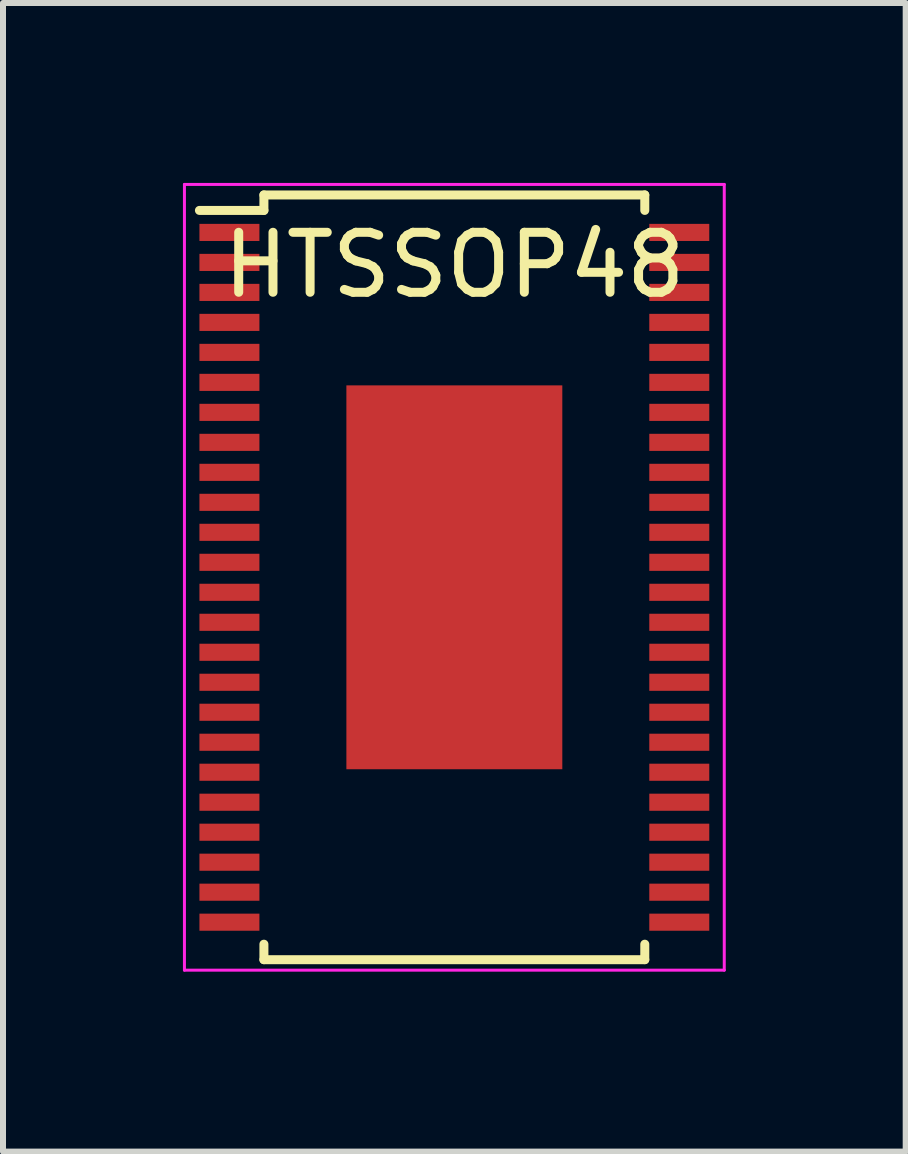
<source format=kicad_pcb>
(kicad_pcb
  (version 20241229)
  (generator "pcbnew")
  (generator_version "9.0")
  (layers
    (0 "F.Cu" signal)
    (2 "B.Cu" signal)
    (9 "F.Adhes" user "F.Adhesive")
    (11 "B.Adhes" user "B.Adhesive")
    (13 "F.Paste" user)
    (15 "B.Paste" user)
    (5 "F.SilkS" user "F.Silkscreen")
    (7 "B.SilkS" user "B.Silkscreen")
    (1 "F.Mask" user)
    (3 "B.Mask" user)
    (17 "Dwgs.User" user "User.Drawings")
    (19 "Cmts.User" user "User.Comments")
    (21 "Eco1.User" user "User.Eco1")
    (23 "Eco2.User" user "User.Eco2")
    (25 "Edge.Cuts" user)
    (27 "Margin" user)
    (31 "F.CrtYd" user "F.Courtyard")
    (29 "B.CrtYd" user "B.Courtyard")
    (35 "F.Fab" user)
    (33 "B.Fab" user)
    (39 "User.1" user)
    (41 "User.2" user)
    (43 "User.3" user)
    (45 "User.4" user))
  (footprint "HTSSOP48"
    (layer "F.Cu")
    (at 4.525 6.575)
    (property "Reference" "HTSSOP48" (at 0 -5.207 0) (layer "F.SilkS") (effects (font (size 1 1) (thickness 0.15))))
    (attr smd)
    (fp_line (start -3.175 -6.375) (end -3.175 -6.117) (stroke (width 0.15) (type solid)) (layer "F.SilkS"))
    (fp_line (start -3.175 -6.375) (end 3.175 -6.375) (stroke (width 0.15) (type solid)) (layer "F.SilkS"))
    (fp_line (start -3.175 -6.117) (end -4.25 -6.117) (stroke (width 0.15) (type solid)) (layer "F.SilkS"))
    (fp_line (start -3.175 6.375) (end -3.175 6.117) (stroke (width 0.15) (type solid)) (layer "F.SilkS"))
    (fp_line (start -3.175 6.375) (end 3.175 6.375) (stroke (width 0.15) (type solid)) (layer "F.SilkS"))
    (fp_line (start 3.175 -6.375) (end 3.175 -6.117) (stroke (width 0.15) (type solid)) (layer "F.SilkS"))
    (fp_line (start 3.175 6.375) (end 3.175 6.117) (stroke (width 0.15) (type solid)) (layer "F.SilkS"))
    (fp_line (start -1.75 -3.15) (end -0.25 -3.15) (stroke (width 0.1) (type solid)) (layer "F.Paste"))
    (fp_line (start -1.75 -1.4) (end -1.75 -3.15) (stroke (width 0.1) (type solid)) (layer "F.Paste"))
    (fp_line (start -1.75 -0.9) (end -0.25 -0.9) (stroke (width 0.1) (type solid)) (layer "F.Paste"))
    (fp_line (start -1.75 0.9) (end -1.75 -0.9) (stroke (width 0.1) (type solid)) (layer "F.Paste"))
    (fp_line (start -1.75 1.4) (end -0.25 1.4) (stroke (width 0.1) (type solid)) (layer "F.Paste"))
    (fp_line (start -1.75 3.15) (end -1.75 1.4) (stroke (width 0.1) (type solid)) (layer "F.Paste"))
    (fp_line (start -1.65 -3.15) (end -1.65 -1.4) (stroke (width 0.1) (type solid)) (layer "F.Paste"))
    (fp_line (start -1.65 -0.9) (end -1.65 0.9) (stroke (width 0.1) (type solid)) (layer "F.Paste"))
    (fp_line (start -1.65 1.4) (end -1.65 3.15) (stroke (width 0.1) (type solid)) (layer "F.Paste"))
    (fp_line (start -1.55 -3.15) (end -1.55 -1.4) (stroke (width 0.1) (type solid)) (layer "F.Paste"))
    (fp_line (start -1.55 -0.9) (end -1.55 0.9) (stroke (width 0.1) (type solid)) (layer "F.Paste"))
    (fp_line (start -1.55 1.4) (end -1.55 3.15) (stroke (width 0.1) (type solid)) (layer "F.Paste"))
    (fp_line (start -1.45 -3.15) (end -1.45 -1.4) (stroke (width 0.1) (type solid)) (layer "F.Paste"))
    (fp_line (start -1.45 -0.9) (end -1.45 0.9) (stroke (width 0.1) (type solid)) (layer "F.Paste"))
    (fp_line (start -1.45 1.4) (end -1.45 3.15) (stroke (width 0.1) (type solid)) (layer "F.Paste"))
    (fp_line (start -1.35 -3.15) (end -1.35 -1.4) (stroke (width 0.1) (type solid)) (layer "F.Paste"))
    (fp_line (start -1.35 -0.9) (end -1.35 0.9) (stroke (width 0.1) (type solid)) (layer "F.Paste"))
    (fp_line (start -1.35 1.4) (end -1.35 3.15) (stroke (width 0.1) (type solid)) (layer "F.Paste"))
    (fp_line (start -1.25 -3.15) (end -1.25 -1.4) (stroke (width 0.1) (type solid)) (layer "F.Paste"))
    (fp_line (start -1.25 -0.9) (end -1.25 0.9) (stroke (width 0.1) (type solid)) (layer "F.Paste"))
    (fp_line (start -1.25 1.4) (end -1.25 3.15) (stroke (width 0.1) (type solid)) (layer "F.Paste"))
    (fp_line (start -1.15 -3.15) (end -1.15 -1.45) (stroke (width 0.1) (type solid)) (layer "F.Paste"))
    (fp_line (start -1.15 -0.9) (end -1.15 0.9) (stroke (width 0.1) (type solid)) (layer "F.Paste"))
    (fp_line (start -1.15 1.4) (end -1.15 3.1) (stroke (width 0.1) (type solid)) (layer "F.Paste"))
    (fp_line (start -1.05 -3.15) (end -1.05 -1.4) (stroke (width 0.1) (type solid)) (layer "F.Paste"))
    (fp_line (start -1.05 -0.9) (end -1.05 0.9) (stroke (width 0.1) (type solid)) (layer "F.Paste"))
    (fp_line (start -1.05 1.4) (end -1.05 3.15) (stroke (width 0.1) (type solid)) (layer "F.Paste"))
    (fp_line (start -0.95 -3.15) (end -0.95 -1.4) (stroke (width 0.1) (type solid)) (layer "F.Paste"))
    (fp_line (start -0.95 -0.9) (end -0.95 0.9) (stroke (width 0.1) (type solid)) (layer "F.Paste"))
    (fp_line (start -0.95 1.4) (end -0.95 3.15) (stroke (width 0.1) (type solid)) (layer "F.Paste"))
    (fp_line (start -0.85 -3.15) (end -0.85 -1.4) (stroke (width 0.1) (type solid)) (layer "F.Paste"))
    (fp_line (start -0.85 -0.9) (end -0.85 0.9) (stroke (width 0.1) (type solid)) (layer "F.Paste"))
    (fp_line (start -0.85 1.4) (end -0.85 3.15) (stroke (width 0.1) (type solid)) (layer "F.Paste"))
    (fp_line (start -0.75 -3.15) (end -0.75 -1.4) (stroke (width 0.1) (type solid)) (layer "F.Paste"))
    (fp_line (start -0.75 -0.9) (end -0.75 0.9) (stroke (width 0.1) (type solid)) (layer "F.Paste"))
    (fp_line (start -0.75 1.4) (end -0.75 3.15) (stroke (width 0.1) (type solid)) (layer "F.Paste"))
    (fp_line (start -0.65 -3.15) (end -0.65 -1.4) (stroke (width 0.1) (type solid)) (layer "F.Paste"))
    (fp_line (start -0.65 -0.9) (end -0.65 0.9) (stroke (width 0.1) (type solid)) (layer "F.Paste"))
    (fp_line (start -0.65 1.4) (end -0.65 3.15) (stroke (width 0.1) (type solid)) (layer "F.Paste"))
    (fp_line (start -0.55 -3.15) (end -0.55 -1.4) (stroke (width 0.1) (type solid)) (layer "F.Paste"))
    (fp_line (start -0.55 -0.9) (end -0.55 0.9) (stroke (width 0.1) (type solid)) (layer "F.Paste"))
    (fp_line (start -0.55 1.4) (end -0.55 3.15) (stroke (width 0.1) (type solid)) (layer "F.Paste"))
    (fp_line (start -0.45 -3.15) (end -0.45 -1.4) (stroke (width 0.1) (type solid)) (layer "F.Paste"))
    (fp_line (start -0.45 -0.9) (end -0.45 0.9) (stroke (width 0.1) (type solid)) (layer "F.Paste"))
    (fp_line (start -0.45 1.4) (end -0.45 3.15) (stroke (width 0.1) (type solid)) (layer "F.Paste"))
    (fp_line (start -0.35 -3.15) (end -0.35 -1.4) (stroke (width 0.1) (type solid)) (layer "F.Paste"))
    (fp_line (start -0.35 -0.9) (end -0.35 0.9) (stroke (width 0.1) (type solid)) (layer "F.Paste"))
    (fp_line (start -0.35 1.4) (end -0.35 3.15) (stroke (width 0.1) (type solid)) (layer "F.Paste"))
    (fp_line (start -0.25 -3.15) (end -0.25 -1.4) (stroke (width 0.1) (type solid)) (layer "F.Paste"))
    (fp_line (start -0.25 -1.4) (end -1.75 -1.4) (stroke (width 0.1) (type solid)) (layer "F.Paste"))
    (fp_line (start -0.25 -0.9) (end -0.25 0.9) (stroke (width 0.1) (type solid)) (layer "F.Paste"))
    (fp_line (start -0.25 0.9) (end -1.75 0.9) (stroke (width 0.1) (type solid)) (layer "F.Paste"))
    (fp_line (start -0.25 1.4) (end -0.25 3.15) (stroke (width 0.1) (type solid)) (layer "F.Paste"))
    (fp_line (start -0.25 3.15) (end -1.75 3.15) (stroke (width 0.1) (type solid)) (layer "F.Paste"))
    (fp_line (start 0.25 -3.15) (end 1.75 -3.15) (stroke (width 0.1) (type solid)) (layer "F.Paste"))
    (fp_line (start 0.25 -1.4) (end 0.25 -3.15) (stroke (width 0.1) (type solid)) (layer "F.Paste"))
    (fp_line (start 0.25 -0.9) (end 1.75 -0.9) (stroke (width 0.1) (type solid)) (layer "F.Paste"))
    (fp_line (start 0.25 0.9) (end 0.25 -0.9) (stroke (width 0.1) (type solid)) (layer "F.Paste"))
    (fp_line (start 0.25 1.4) (end 1.75 1.4) (stroke (width 0.1) (type solid)) (layer "F.Paste"))
    (fp_line (start 0.25 3.15) (end 0.25 1.4) (stroke (width 0.1) (type solid)) (layer "F.Paste"))
    (fp_line (start 0.35 -3.15) (end 0.35 -1.4) (stroke (width 0.1) (type solid)) (layer "F.Paste"))
    (fp_line (start 0.35 -0.9) (end 0.35 0.9) (stroke (width 0.1) (type solid)) (layer "F.Paste"))
    (fp_line (start 0.35 1.4) (end 0.35 3.15) (stroke (width 0.1) (type solid)) (layer "F.Paste"))
    (fp_line (start 0.45 -3.15) (end 0.45 -1.4) (stroke (width 0.1) (type solid)) (layer "F.Paste"))
    (fp_line (start 0.45 -0.9) (end 0.45 0.9) (stroke (width 0.1) (type solid)) (layer "F.Paste"))
    (fp_line (start 0.45 1.4) (end 0.45 3.15) (stroke (width 0.1) (type solid)) (layer "F.Paste"))
    (fp_line (start 0.55 -3.15) (end 0.55 -1.4) (stroke (width 0.1) (type solid)) (layer "F.Paste"))
    (fp_line (start 0.55 -0.9) (end 0.55 0.9) (stroke (width 0.1) (type solid)) (layer "F.Paste"))
    (fp_line (start 0.55 1.4) (end 0.55 3.15) (stroke (width 0.1) (type solid)) (layer "F.Paste"))
    (fp_line (start 0.65 -3.15) (end 0.65 -1.4) (stroke (width 0.1) (type solid)) (layer "F.Paste"))
    (fp_line (start 0.65 -0.9) (end 0.65 0.9) (stroke (width 0.1) (type solid)) (layer "F.Paste"))
    (fp_line (start 0.65 1.4) (end 0.65 3.15) (stroke (width 0.1) (type solid)) (layer "F.Paste"))
    (fp_line (start 0.75 -3.15) (end 0.75 -1.4) (stroke (width 0.1) (type solid)) (layer "F.Paste"))
    (fp_line (start 0.75 -0.9) (end 0.75 0.9) (stroke (width 0.1) (type solid)) (layer "F.Paste"))
    (fp_line (start 0.75 1.4) (end 0.75 3.15) (stroke (width 0.1) (type solid)) (layer "F.Paste"))
    (fp_line (start 0.85 -3.15) (end 0.85 -1.45) (stroke (width 0.1) (type solid)) (layer "F.Paste"))
    (fp_line (start 0.85 -0.9) (end 0.85 0.9) (stroke (width 0.1) (type solid)) (layer "F.Paste"))
    (fp_line (start 0.85 1.4) (end 0.85 3.1) (stroke (width 0.1) (type solid)) (layer "F.Paste"))
    (fp_line (start 0.95 -3.15) (end 0.95 -1.4) (stroke (width 0.1) (type solid)) (layer "F.Paste"))
    (fp_line (start 0.95 -0.9) (end 0.95 0.9) (stroke (width 0.1) (type solid)) (layer "F.Paste"))
    (fp_line (start 0.95 1.4) (end 0.95 3.15) (stroke (width 0.1) (type solid)) (layer "F.Paste"))
    (fp_line (start 1.05 -3.15) (end 1.05 -1.4) (stroke (width 0.1) (type solid)) (layer "F.Paste"))
    (fp_line (start 1.05 -0.9) (end 1.05 0.9) (stroke (width 0.1) (type solid)) (layer "F.Paste"))
    (fp_line (start 1.05 1.4) (end 1.05 3.15) (stroke (width 0.1) (type solid)) (layer "F.Paste"))
    (fp_line (start 1.15 -3.15) (end 1.15 -1.4) (stroke (width 0.1) (type solid)) (layer "F.Paste"))
    (fp_line (start 1.15 -0.9) (end 1.15 0.9) (stroke (width 0.1) (type solid)) (layer "F.Paste"))
    (fp_line (start 1.15 1.4) (end 1.15 3.15) (stroke (width 0.1) (type solid)) (layer "F.Paste"))
    (fp_line (start 1.25 -3.15) (end 1.25 -1.4) (stroke (width 0.1) (type solid)) (layer "F.Paste"))
    (fp_line (start 1.25 -0.9) (end 1.25 0.9) (stroke (width 0.1) (type solid)) (layer "F.Paste"))
    (fp_line (start 1.25 1.4) (end 1.25 3.15) (stroke (width 0.1) (type solid)) (layer "F.Paste"))
    (fp_line (start 1.35 -3.15) (end 1.35 -1.4) (stroke (width 0.1) (type solid)) (layer "F.Paste"))
    (fp_line (start 1.35 -0.9) (end 1.35 0.9) (stroke (width 0.1) (type solid)) (layer "F.Paste"))
    (fp_line (start 1.35 1.4) (end 1.35 3.15) (stroke (width 0.1) (type solid)) (layer "F.Paste"))
    (fp_line (start 1.45 -3.15) (end 1.45 -1.4) (stroke (width 0.1) (type solid)) (layer "F.Paste"))
    (fp_line (start 1.45 -0.9) (end 1.45 0.9) (stroke (width 0.1) (type solid)) (layer "F.Paste"))
    (fp_line (start 1.45 1.4) (end 1.45 3.15) (stroke (width 0.1) (type solid)) (layer "F.Paste"))
    (fp_line (start 1.55 -3.15) (end 1.55 -1.4) (stroke (width 0.1) (type solid)) (layer "F.Paste"))
    (fp_line (start 1.55 -0.9) (end 1.55 0.9) (stroke (width 0.1) (type solid)) (layer "F.Paste"))
    (fp_line (start 1.55 1.4) (end 1.55 3.15) (stroke (width 0.1) (type solid)) (layer "F.Paste"))
    (fp_line (start 1.65 -3.15) (end 1.65 -1.4) (stroke (width 0.1) (type solid)) (layer "F.Paste"))
    (fp_line (start 1.65 -0.9) (end 1.65 0.9) (stroke (width 0.1) (type solid)) (layer "F.Paste"))
    (fp_line (start 1.65 1.4) (end 1.65 3.15) (stroke (width 0.1) (type solid)) (layer "F.Paste"))
    (fp_line (start 1.75 -3.15) (end 1.75 -1.4) (stroke (width 0.1) (type solid)) (layer "F.Paste"))
    (fp_line (start 1.75 -1.4) (end 0.25 -1.4) (stroke (width 0.1) (type solid)) (layer "F.Paste"))
    (fp_line (start 1.75 -0.9) (end 1.75 0.9) (stroke (width 0.1) (type solid)) (layer "F.Paste"))
    (fp_line (start 1.75 0.9) (end 0.25 0.9) (stroke (width 0.1) (type solid)) (layer "F.Paste"))
    (fp_line (start 1.75 1.4) (end 1.75 3.15) (stroke (width 0.1) (type solid)) (layer "F.Paste"))
    (fp_line (start 1.75 3.15) (end 0.25 3.15) (stroke (width 0.1) (type solid)) (layer "F.Paste"))
    (fp_line (start -4.5 -6.55) (end -4.5 6.55) (stroke (width 0.05) (type solid)) (layer "F.CrtYd"))
    (fp_line (start -4.5 -6.55) (end 4.5 -6.55) (stroke (width 0.05) (type solid)) (layer "F.CrtYd"))
    (fp_line (start -4.5 6.55) (end 4.5 6.55) (stroke (width 0.05) (type solid)) (layer "F.CrtYd"))
    (fp_line (start 4.5 -6.55) (end 4.5 6.55) (stroke (width 0.05) (type solid)) (layer "F.CrtYd"))
    (pad "1" smd rect (at -3.75 -5.75) (size 1 0.285) (layers "F.Cu" "F.Mask" "F.Paste"))
    (pad "2" smd rect (at -3.75 -5.25) (size 1 0.285) (layers "F.Cu" "F.Mask" "F.Paste"))
    (pad "3" smd rect (at -3.75 -4.75) (size 1 0.285) (layers "F.Cu" "F.Mask" "F.Paste"))
    (pad "4" smd rect (at -3.75 -4.25) (size 1 0.285) (layers "F.Cu" "F.Mask" "F.Paste"))
    (pad "5" smd rect (at -3.75 -3.75) (size 1 0.285) (layers "F.Cu" "F.Mask" "F.Paste"))
    (pad "6" smd rect (at -3.75 -3.25) (size 1 0.285) (layers "F.Cu" "F.Mask" "F.Paste"))
    (pad "7" smd rect (at -3.75 -2.75) (size 1 0.285) (layers "F.Cu" "F.Mask" "F.Paste"))
    (pad "8" smd rect (at -3.75 -2.25) (size 1 0.285) (layers "F.Cu" "F.Mask" "F.Paste"))
    (pad "9" smd rect (at -3.75 -1.75) (size 1 0.285) (layers "F.Cu" "F.Mask" "F.Paste"))
    (pad "10" smd rect (at -3.75 -1.25) (size 1 0.285) (layers "F.Cu" "F.Mask" "F.Paste"))
    (pad "11" smd rect (at -3.75 -0.75) (size 1 0.285) (layers "F.Cu" "F.Mask" "F.Paste"))
    (pad "12" smd rect (at -3.75 -0.25) (size 1 0.285) (layers "F.Cu" "F.Mask" "F.Paste"))
    (pad "13" smd rect (at -3.75 0.25) (size 1 0.285) (layers "F.Cu" "F.Mask" "F.Paste"))
    (pad "14" smd rect (at -3.75 0.75) (size 1 0.285) (layers "F.Cu" "F.Mask" "F.Paste"))
    (pad "15" smd rect (at -3.75 1.25) (size 1 0.285) (layers "F.Cu" "F.Mask" "F.Paste"))
    (pad "16" smd rect (at -3.75 1.75) (size 1 0.285) (layers "F.Cu" "F.Mask" "F.Paste"))
    (pad "17" smd rect (at -3.75 2.25) (size 1 0.285) (layers "F.Cu" "F.Mask" "F.Paste"))
    (pad "18" smd rect (at -3.75 2.75) (size 1 0.285) (layers "F.Cu" "F.Mask" "F.Paste"))
    (pad "19" smd rect (at -3.75 3.25) (size 1 0.285) (layers "F.Cu" "F.Mask" "F.Paste"))
    (pad "20" smd rect (at -3.75 3.75) (size 1 0.285) (layers "F.Cu" "F.Mask" "F.Paste"))
    (pad "21" smd rect (at -3.75 4.25) (size 1 0.285) (layers "F.Cu" "F.Mask" "F.Paste"))
    (pad "22" smd rect (at -3.75 4.75) (size 1 0.285) (layers "F.Cu" "F.Mask" "F.Paste"))
    (pad "23" smd rect (at -3.75 5.25) (size 1 0.285) (layers "F.Cu" "F.Mask" "F.Paste"))
    (pad "24" smd rect (at -3.75 5.75) (size 1 0.285) (layers "F.Cu" "F.Mask" "F.Paste"))
    (pad "25" smd rect (at 3.75 5.75) (size 1 0.285) (layers "F.Cu" "F.Mask" "F.Paste"))
    (pad "26" smd rect (at 3.75 5.25) (size 1 0.285) (layers "F.Cu" "F.Mask" "F.Paste"))
    (pad "27" smd rect (at 3.75 4.75) (size 1 0.285) (layers "F.Cu" "F.Mask" "F.Paste"))
    (pad "28" smd rect (at 3.75 4.25) (size 1 0.285) (layers "F.Cu" "F.Mask" "F.Paste"))
    (pad "29" smd rect (at 3.75 3.75) (size 1 0.285) (layers "F.Cu" "F.Mask" "F.Paste"))
    (pad "30" smd rect (at 3.75 3.25) (size 1 0.285) (layers "F.Cu" "F.Mask" "F.Paste"))
    (pad "31" smd rect (at 3.75 2.75) (size 1 0.285) (layers "F.Cu" "F.Mask" "F.Paste"))
    (pad "32" smd rect (at 3.75 2.25) (size 1 0.285) (layers "F.Cu" "F.Mask" "F.Paste"))
    (pad "33" smd rect (at 3.75 1.75) (size 1 0.285) (layers "F.Cu" "F.Mask" "F.Paste"))
    (pad "34" smd rect (at 3.75 1.25) (size 1 0.285) (layers "F.Cu" "F.Mask" "F.Paste"))
    (pad "35" smd rect (at 3.75 0.75) (size 1 0.285) (layers "F.Cu" "F.Mask" "F.Paste"))
    (pad "36" smd rect (at 3.75 0.25) (size 1 0.285) (layers "F.Cu" "F.Mask" "F.Paste"))
    (pad "37" smd rect (at 3.75 -0.25) (size 1 0.285) (layers "F.Cu" "F.Mask" "F.Paste"))
    (pad "38" smd rect (at 3.75 -0.75) (size 1 0.285) (layers "F.Cu" "F.Mask" "F.Paste"))
    (pad "39" smd rect (at 3.75 -1.25) (size 1 0.285) (layers "F.Cu" "F.Mask" "F.Paste"))
    (pad "40" smd rect (at 3.75 -1.75) (size 1 0.285) (layers "F.Cu" "F.Mask" "F.Paste"))
    (pad "41" smd rect (at 3.75 -2.25) (size 1 0.285) (layers "F.Cu" "F.Mask" "F.Paste"))
    (pad "42" smd rect (at 3.75 -2.75) (size 1 0.285) (layers "F.Cu" "F.Mask" "F.Paste"))
    (pad "43" smd rect (at 3.75 -3.25) (size 1 0.285) (layers "F.Cu" "F.Mask" "F.Paste"))
    (pad "44" smd rect (at 3.75 -3.75) (size 1 0.285) (layers "F.Cu" "F.Mask" "F.Paste"))
    (pad "45" smd rect (at 3.75 -4.25) (size 1 0.285) (layers "F.Cu" "F.Mask" "F.Paste"))
    (pad "46" smd rect (at 3.75 -4.75) (size 1 0.285) (layers "F.Cu" "F.Mask" "F.Paste"))
    (pad "47" smd rect (at 3.75 -5.25) (size 1 0.285) (layers "F.Cu" "F.Mask" "F.Paste"))
    (pad "48" smd rect (at 3.75 -5.75) (size 1 0.285) (layers "F.Cu" "F.Mask" "F.Paste"))
    (pad "49" smd rect (at 0 0) (size 3.6 6.4) (layers "F.Cu" "F.Mask")))
  (gr_rect
    (start -3 -3)
    (end 12.05 16.15)
    (stroke (width 0.1) (type default))
    (fill no)
    (layer "Edge.Cuts")))
</source>
